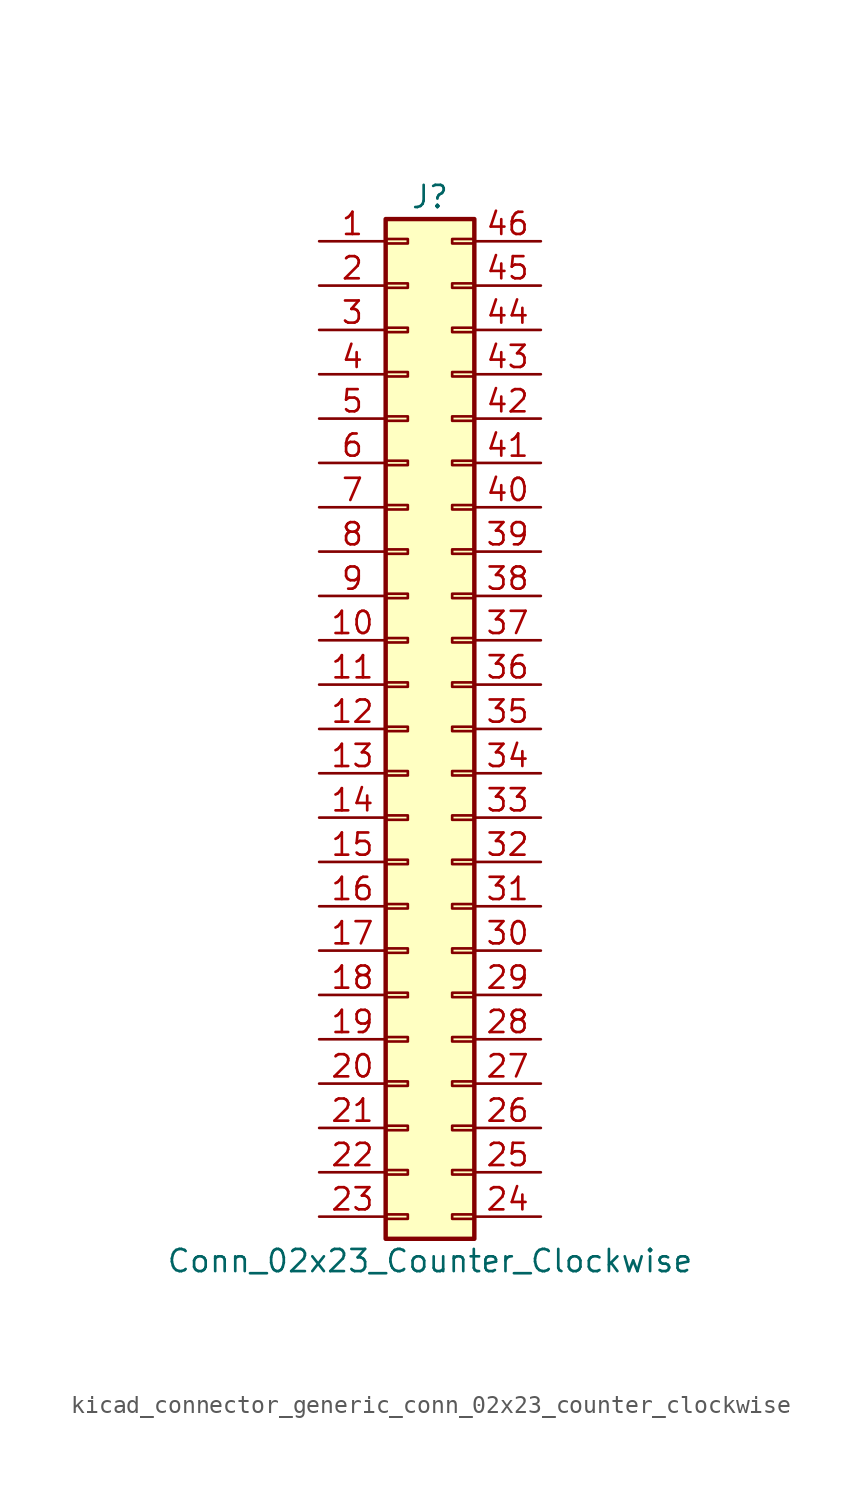
<source format=kicad_sym>
(kicad_symbol_lib
  (version 20220914)
  (generator kicad_symbol_editor)
  (symbol "kicad_connector_generic_conn_02x23_counter_clockwise"
    (pin_names
      (offset 1.016) hide)
    (property "Reference" "J"
      (at 1.27 30.48 0)
      (effects (font (size 1.27 1.27))))
    (property "Value" "Conn_02x23_Counter_Clockwise"
      (at 1.27 -30.48 0)
      (effects (font (size 1.27 1.27))))
    (symbol "kicad_connector_generic_conn_02x23_counter_clockwise_1_1"
      (rectangle (start -1.27 -27.813) (end 0 -28.067) (stroke (width 0.152) (type default)) (fill (type none)))
      (rectangle (start -1.27 -25.273) (end 0 -25.527) (stroke (width 0.152) (type default)) (fill (type none)))
      (rectangle (start -1.27 -22.733) (end 0 -22.987) (stroke (width 0.152) (type default)) (fill (type none)))
      (rectangle (start -1.27 -20.193) (end 0 -20.447) (stroke (width 0.152) (type default)) (fill (type none)))
      (rectangle (start -1.27 -17.653) (end 0 -17.907) (stroke (width 0.152) (type default)) (fill (type none)))
      (rectangle (start -1.27 -15.113) (end 0 -15.367) (stroke (width 0.152) (type default)) (fill (type none)))
      (rectangle (start -1.27 -12.573) (end 0 -12.827) (stroke (width 0.152) (type default)) (fill (type none)))
      (rectangle (start -1.27 -10.033) (end 0 -10.287) (stroke (width 0.152) (type default)) (fill (type none)))
      (rectangle (start -1.27 -7.493) (end 0 -7.747) (stroke (width 0.152) (type default)) (fill (type none)))
      (rectangle (start -1.27 -4.953) (end 0 -5.207) (stroke (width 0.152) (type default)) (fill (type none)))
      (rectangle (start -1.27 -2.413) (end 0 -2.667) (stroke (width 0.152) (type default)) (fill (type none)))
      (rectangle (start -1.27 0.127) (end 0 -0.127) (stroke (width 0.152) (type default)) (fill (type none)))
      (rectangle (start -1.27 2.667) (end 0 2.413) (stroke (width 0.152) (type default)) (fill (type none)))
      (rectangle (start -1.27 5.207) (end 0 4.953) (stroke (width 0.152) (type default)) (fill (type none)))
      (rectangle (start -1.27 7.747) (end 0 7.493) (stroke (width 0.152) (type default)) (fill (type none)))
      (rectangle (start -1.27 10.287) (end 0 10.033) (stroke (width 0.152) (type default)) (fill (type none)))
      (rectangle (start -1.27 12.827) (end 0 12.573) (stroke (width 0.152) (type default)) (fill (type none)))
      (rectangle (start -1.27 15.367) (end 0 15.113) (stroke (width 0.152) (type default)) (fill (type none)))
      (rectangle (start -1.27 17.907) (end 0 17.653) (stroke (width 0.152) (type default)) (fill (type none)))
      (rectangle (start -1.27 20.447) (end 0 20.193) (stroke (width 0.152) (type default)) (fill (type none)))
      (rectangle (start -1.27 22.987) (end 0 22.733) (stroke (width 0.152) (type default)) (fill (type none)))
      (rectangle (start -1.27 25.527) (end 0 25.273) (stroke (width 0.152) (type default)) (fill (type none)))
      (rectangle (start -1.27 28.067) (end 0 27.813) (stroke (width 0.152) (type default)) (fill (type none)))
      (rectangle (start -1.27 29.21) (end 3.81 -29.21) (stroke (width 0.254) (type default)) (fill (type background)))
      (rectangle (start 3.81 -27.813) (end 2.54 -28.067) (stroke (width 0.152) (type default)) (fill (type none)))
      (rectangle (start 3.81 -25.273) (end 2.54 -25.527) (stroke (width 0.152) (type default)) (fill (type none)))
      (rectangle (start 3.81 -22.733) (end 2.54 -22.987) (stroke (width 0.152) (type default)) (fill (type none)))
      (rectangle (start 3.81 -20.193) (end 2.54 -20.447) (stroke (width 0.152) (type default)) (fill (type none)))
      (rectangle (start 3.81 -17.653) (end 2.54 -17.907) (stroke (width 0.152) (type default)) (fill (type none)))
      (rectangle (start 3.81 -15.113) (end 2.54 -15.367) (stroke (width 0.152) (type default)) (fill (type none)))
      (rectangle (start 3.81 -12.573) (end 2.54 -12.827) (stroke (width 0.152) (type default)) (fill (type none)))
      (rectangle (start 3.81 -10.033) (end 2.54 -10.287) (stroke (width 0.152) (type default)) (fill (type none)))
      (rectangle (start 3.81 -7.493) (end 2.54 -7.747) (stroke (width 0.152) (type default)) (fill (type none)))
      (rectangle (start 3.81 -4.953) (end 2.54 -5.207) (stroke (width 0.152) (type default)) (fill (type none)))
      (rectangle (start 3.81 -2.413) (end 2.54 -2.667) (stroke (width 0.152) (type default)) (fill (type none)))
      (rectangle (start 3.81 0.127) (end 2.54 -0.127) (stroke (width 0.152) (type default)) (fill (type none)))
      (rectangle (start 3.81 2.667) (end 2.54 2.413) (stroke (width 0.152) (type default)) (fill (type none)))
      (rectangle (start 3.81 5.207) (end 2.54 4.953) (stroke (width 0.152) (type default)) (fill (type none)))
      (rectangle (start 3.81 7.747) (end 2.54 7.493) (stroke (width 0.152) (type default)) (fill (type none)))
      (rectangle (start 3.81 10.287) (end 2.54 10.033) (stroke (width 0.152) (type default)) (fill (type none)))
      (rectangle (start 3.81 12.827) (end 2.54 12.573) (stroke (width 0.152) (type default)) (fill (type none)))
      (rectangle (start 3.81 15.367) (end 2.54 15.113) (stroke (width 0.152) (type default)) (fill (type none)))
      (rectangle (start 3.81 17.907) (end 2.54 17.653) (stroke (width 0.152) (type default)) (fill (type none)))
      (rectangle (start 3.81 20.447) (end 2.54 20.193) (stroke (width 0.152) (type default)) (fill (type none)))
      (rectangle (start 3.81 22.987) (end 2.54 22.733) (stroke (width 0.152) (type default)) (fill (type none)))
      (rectangle (start 3.81 25.527) (end 2.54 25.273) (stroke (width 0.152) (type default)) (fill (type none)))
      (rectangle (start 3.81 28.067) (end 2.54 27.813) (stroke (width 0.152) (type default)) (fill (type none)))
      (pin passive line (at -5.08 27.94 0) (length 3.81) (name "Pin_1" (effects (font (size 1.27 1.27)))) (number "1" (effects (font (size 1.27 1.27)))))
      (pin passive line (at -5.08 5.08 0) (length 3.81) (name "Pin_10" (effects (font (size 1.27 1.27)))) (number "10" (effects (font (size 1.27 1.27)))))
      (pin passive line (at -5.08 2.54 0) (length 3.81) (name "Pin_11" (effects (font (size 1.27 1.27)))) (number "11" (effects (font (size 1.27 1.27)))))
      (pin passive line (at -5.08 0 0) (length 3.81) (name "Pin_12" (effects (font (size 1.27 1.27)))) (number "12" (effects (font (size 1.27 1.27)))))
      (pin passive line (at -5.08 -2.54 0) (length 3.81) (name "Pin_13" (effects (font (size 1.27 1.27)))) (number "13" (effects (font (size 1.27 1.27)))))
      (pin passive line (at -5.08 -5.08 0) (length 3.81) (name "Pin_14" (effects (font (size 1.27 1.27)))) (number "14" (effects (font (size 1.27 1.27)))))
      (pin passive line (at -5.08 -7.62 0) (length 3.81) (name "Pin_15" (effects (font (size 1.27 1.27)))) (number "15" (effects (font (size 1.27 1.27)))))
      (pin passive line (at -5.08 -10.16 0) (length 3.81) (name "Pin_16" (effects (font (size 1.27 1.27)))) (number "16" (effects (font (size 1.27 1.27)))))
      (pin passive line (at -5.08 -12.7 0) (length 3.81) (name "Pin_17" (effects (font (size 1.27 1.27)))) (number "17" (effects (font (size 1.27 1.27)))))
      (pin passive line (at -5.08 -15.24 0) (length 3.81) (name "Pin_18" (effects (font (size 1.27 1.27)))) (number "18" (effects (font (size 1.27 1.27)))))
      (pin passive line (at -5.08 -17.78 0) (length 3.81) (name "Pin_19" (effects (font (size 1.27 1.27)))) (number "19" (effects (font (size 1.27 1.27)))))
      (pin passive line (at -5.08 25.4 0) (length 3.81) (name "Pin_2" (effects (font (size 1.27 1.27)))) (number "2" (effects (font (size 1.27 1.27)))))
      (pin passive line (at -5.08 -20.32 0) (length 3.81) (name "Pin_20" (effects (font (size 1.27 1.27)))) (number "20" (effects (font (size 1.27 1.27)))))
      (pin passive line (at -5.08 -22.86 0) (length 3.81) (name "Pin_21" (effects (font (size 1.27 1.27)))) (number "21" (effects (font (size 1.27 1.27)))))
      (pin passive line (at -5.08 -25.4 0) (length 3.81) (name "Pin_22" (effects (font (size 1.27 1.27)))) (number "22" (effects (font (size 1.27 1.27)))))
      (pin passive line (at -5.08 -27.94 0) (length 3.81) (name "Pin_23" (effects (font (size 1.27 1.27)))) (number "23" (effects (font (size 1.27 1.27)))))
      (pin passive line (at 7.62 -27.94 180) (length 3.81) (name "Pin_24" (effects (font (size 1.27 1.27)))) (number "24" (effects (font (size 1.27 1.27)))))
      (pin passive line (at 7.62 -25.4 180) (length 3.81) (name "Pin_25" (effects (font (size 1.27 1.27)))) (number "25" (effects (font (size 1.27 1.27)))))
      (pin passive line (at 7.62 -22.86 180) (length 3.81) (name "Pin_26" (effects (font (size 1.27 1.27)))) (number "26" (effects (font (size 1.27 1.27)))))
      (pin passive line (at 7.62 -20.32 180) (length 3.81) (name "Pin_27" (effects (font (size 1.27 1.27)))) (number "27" (effects (font (size 1.27 1.27)))))
      (pin passive line (at 7.62 -17.78 180) (length 3.81) (name "Pin_28" (effects (font (size 1.27 1.27)))) (number "28" (effects (font (size 1.27 1.27)))))
      (pin passive line (at 7.62 -15.24 180) (length 3.81) (name "Pin_29" (effects (font (size 1.27 1.27)))) (number "29" (effects (font (size 1.27 1.27)))))
      (pin passive line (at -5.08 22.86 0) (length 3.81) (name "Pin_3" (effects (font (size 1.27 1.27)))) (number "3" (effects (font (size 1.27 1.27)))))
      (pin passive line (at 7.62 -12.7 180) (length 3.81) (name "Pin_30" (effects (font (size 1.27 1.27)))) (number "30" (effects (font (size 1.27 1.27)))))
      (pin passive line (at 7.62 -10.16 180) (length 3.81) (name "Pin_31" (effects (font (size 1.27 1.27)))) (number "31" (effects (font (size 1.27 1.27)))))
      (pin passive line (at 7.62 -7.62 180) (length 3.81) (name "Pin_32" (effects (font (size 1.27 1.27)))) (number "32" (effects (font (size 1.27 1.27)))))
      (pin passive line (at 7.62 -5.08 180) (length 3.81) (name "Pin_33" (effects (font (size 1.27 1.27)))) (number "33" (effects (font (size 1.27 1.27)))))
      (pin passive line (at 7.62 -2.54 180) (length 3.81) (name "Pin_34" (effects (font (size 1.27 1.27)))) (number "34" (effects (font (size 1.27 1.27)))))
      (pin passive line (at 7.62 0 180) (length 3.81) (name "Pin_35" (effects (font (size 1.27 1.27)))) (number "35" (effects (font (size 1.27 1.27)))))
      (pin passive line (at 7.62 2.54 180) (length 3.81) (name "Pin_36" (effects (font (size 1.27 1.27)))) (number "36" (effects (font (size 1.27 1.27)))))
      (pin passive line (at 7.62 5.08 180) (length 3.81) (name "Pin_37" (effects (font (size 1.27 1.27)))) (number "37" (effects (font (size 1.27 1.27)))))
      (pin passive line (at 7.62 7.62 180) (length 3.81) (name "Pin_38" (effects (font (size 1.27 1.27)))) (number "38" (effects (font (size 1.27 1.27)))))
      (pin passive line (at 7.62 10.16 180) (length 3.81) (name "Pin_39" (effects (font (size 1.27 1.27)))) (number "39" (effects (font (size 1.27 1.27)))))
      (pin passive line (at -5.08 20.32 0) (length 3.81) (name "Pin_4" (effects (font (size 1.27 1.27)))) (number "4" (effects (font (size 1.27 1.27)))))
      (pin passive line (at 7.62 12.7 180) (length 3.81) (name "Pin_40" (effects (font (size 1.27 1.27)))) (number "40" (effects (font (size 1.27 1.27)))))
      (pin passive line (at 7.62 15.24 180) (length 3.81) (name "Pin_41" (effects (font (size 1.27 1.27)))) (number "41" (effects (font (size 1.27 1.27)))))
      (pin passive line (at 7.62 17.78 180) (length 3.81) (name "Pin_42" (effects (font (size 1.27 1.27)))) (number "42" (effects (font (size 1.27 1.27)))))
      (pin passive line (at 7.62 20.32 180) (length 3.81) (name "Pin_43" (effects (font (size 1.27 1.27)))) (number "43" (effects (font (size 1.27 1.27)))))
      (pin passive line (at 7.62 22.86 180) (length 3.81) (name "Pin_44" (effects (font (size 1.27 1.27)))) (number "44" (effects (font (size 1.27 1.27)))))
      (pin passive line (at 7.62 25.4 180) (length 3.81) (name "Pin_45" (effects (font (size 1.27 1.27)))) (number "45" (effects (font (size 1.27 1.27)))))
      (pin passive line (at 7.62 27.94 180) (length 3.81) (name "Pin_46" (effects (font (size 1.27 1.27)))) (number "46" (effects (font (size 1.27 1.27)))))
      (pin passive line (at -5.08 17.78 0) (length 3.81) (name "Pin_5" (effects (font (size 1.27 1.27)))) (number "5" (effects (font (size 1.27 1.27)))))
      (pin passive line (at -5.08 15.24 0) (length 3.81) (name "Pin_6" (effects (font (size 1.27 1.27)))) (number "6" (effects (font (size 1.27 1.27)))))
      (pin passive line (at -5.08 12.7 0) (length 3.81) (name "Pin_7" (effects (font (size 1.27 1.27)))) (number "7" (effects (font (size 1.27 1.27)))))
      (pin passive line (at -5.08 10.16 0) (length 3.81) (name "Pin_8" (effects (font (size 1.27 1.27)))) (number "8" (effects (font (size 1.27 1.27)))))
      (pin passive line (at -5.08 7.62 0) (length 3.81) (name "Pin_9" (effects (font (size 1.27 1.27)))) (number "9" (effects (font (size 1.27 1.27))))))))
</source>
